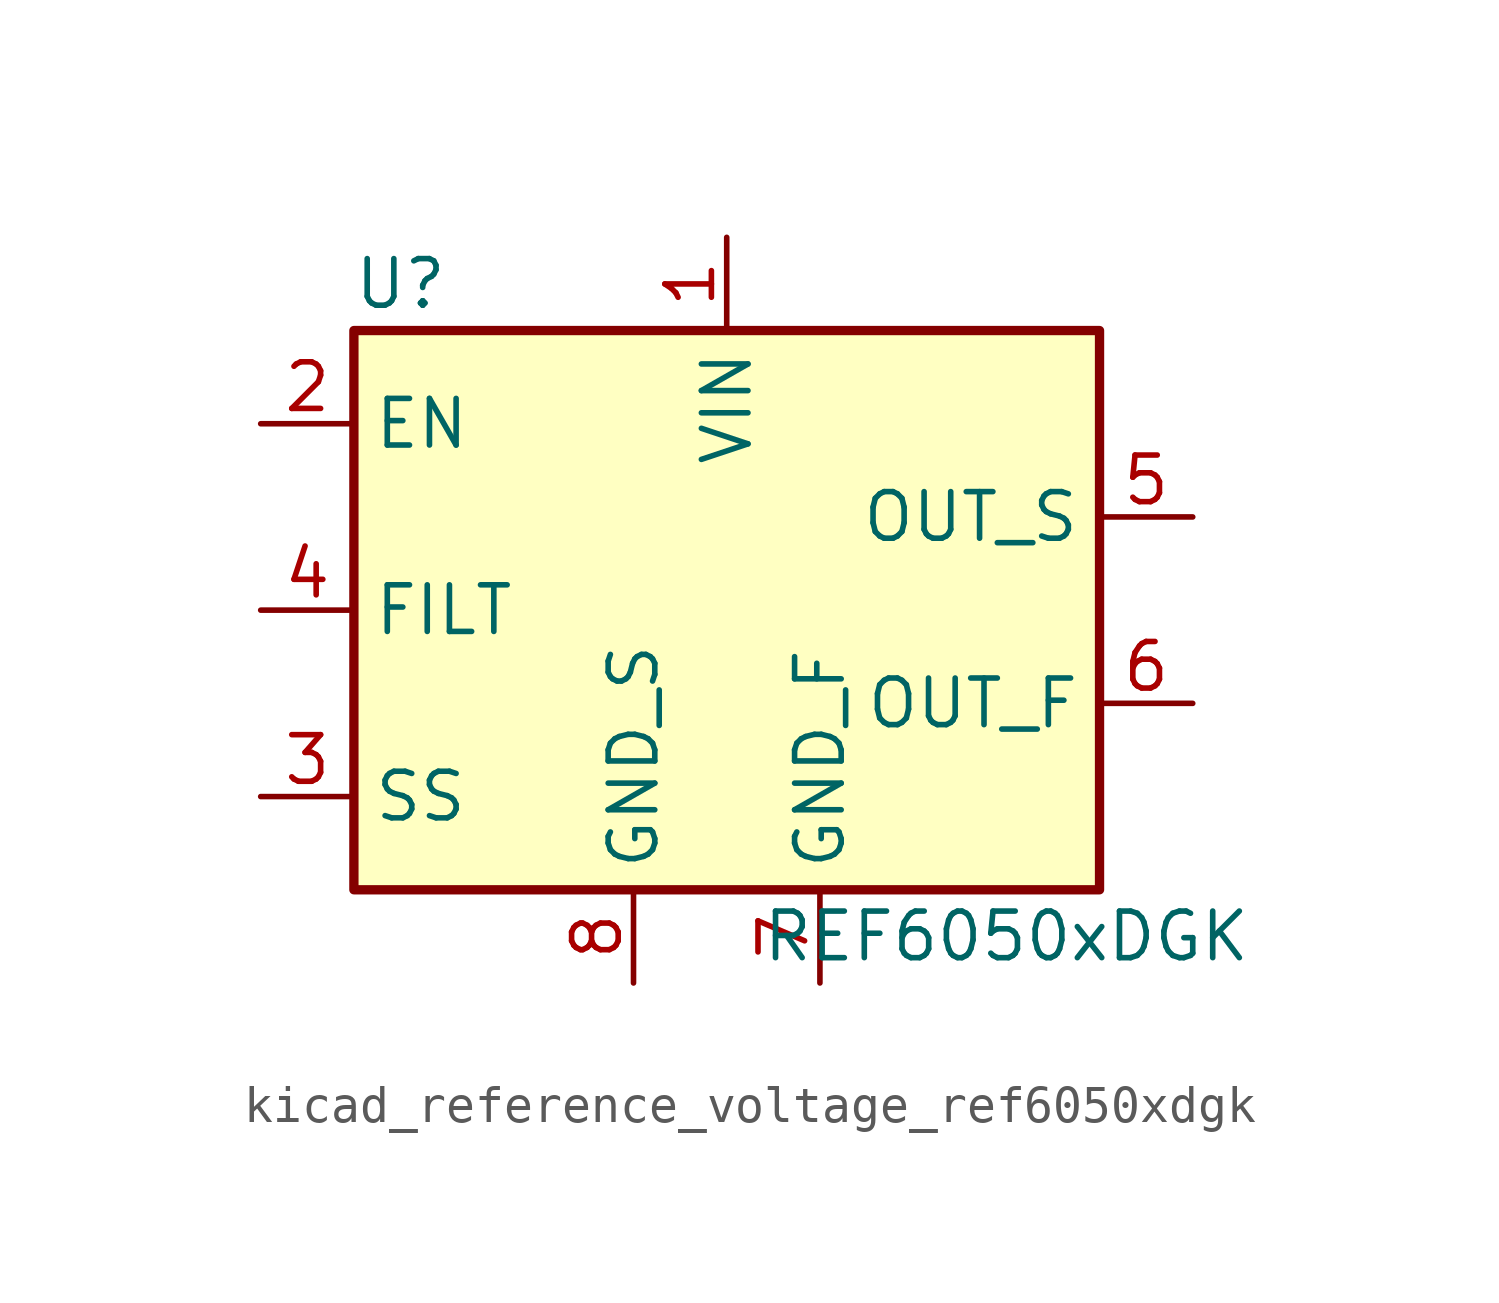
<source format=kicad_sym>
(kicad_symbol_lib
  (version 20220914)
  (generator kicad_symbol_editor)
  (symbol "kicad_reference_voltage_ref6050xdgk"
    (property "Reference" "U"
      (at -8.89 8.89 0)
      (effects (font (size 1.27 1.27))))
    (property "Value" "REF6050xDGK"
      (at 7.62 -8.89 0)
      (effects (font (size 1.27 1.27))))
    (symbol "kicad_reference_voltage_ref6050xdgk_0_1"
      (rectangle (start -10.16 7.62) (end 10.16 -7.62) (stroke (width 0.254) (type default)) (fill (type background))))
    (symbol "kicad_reference_voltage_ref6050xdgk_1_1"
      (pin power_in line (at 0 10.16 270) (length 2.54) (name "VIN" (effects (font (size 1.27 1.27)))) (number "1" (effects (font (size 1.27 1.27)))))
      (pin input line (at -12.7 5.08 0) (length 2.54) (name "EN" (effects (font (size 1.27 1.27)))) (number "2" (effects (font (size 1.27 1.27)))))
      (pin passive line (at -12.7 -5.08 0) (length 2.54) (name "SS" (effects (font (size 1.27 1.27)))) (number "3" (effects (font (size 1.27 1.27)))))
      (pin passive line (at -12.7 0 0) (length 2.54) (name "FILT" (effects (font (size 1.27 1.27)))) (number "4" (effects (font (size 1.27 1.27)))))
      (pin input line (at 12.7 2.54 180) (length 2.54) (name "OUT_S" (effects (font (size 1.27 1.27)))) (number "5" (effects (font (size 1.27 1.27)))))
      (pin output line (at 12.7 -2.54 180) (length 2.54) (name "OUT_F" (effects (font (size 1.27 1.27)))) (number "6" (effects (font (size 1.27 1.27)))))
      (pin power_in line (at 2.54 -10.16 90) (length 2.54) (name "GND_F" (effects (font (size 1.27 1.27)))) (number "7" (effects (font (size 1.27 1.27)))))
      (pin power_in line (at -2.54 -10.16 90) (length 2.54) (name "GND_S" (effects (font (size 1.27 1.27)))) (number "8" (effects (font (size 1.27 1.27))))))))
</source>
